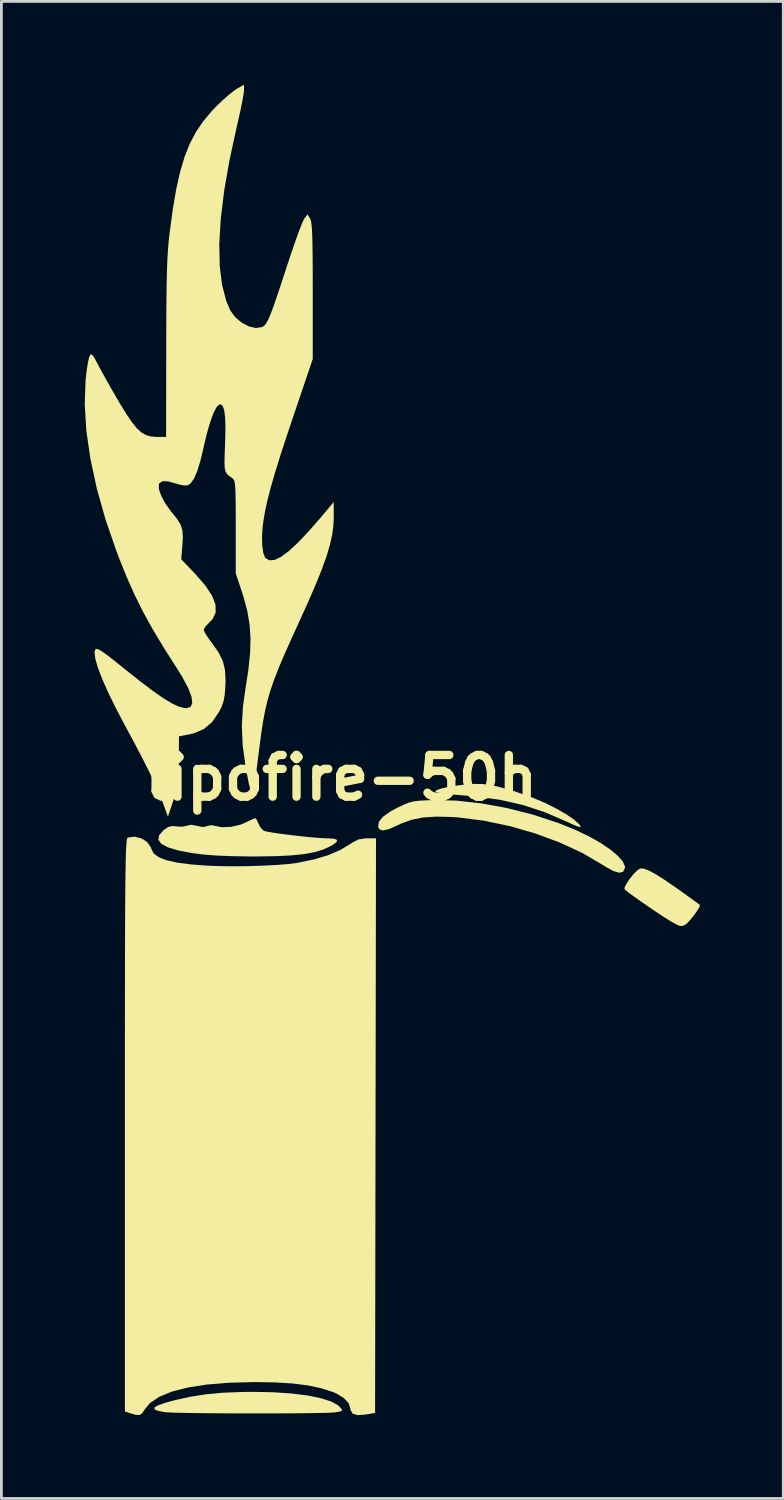
<source format=kicad_pcb>
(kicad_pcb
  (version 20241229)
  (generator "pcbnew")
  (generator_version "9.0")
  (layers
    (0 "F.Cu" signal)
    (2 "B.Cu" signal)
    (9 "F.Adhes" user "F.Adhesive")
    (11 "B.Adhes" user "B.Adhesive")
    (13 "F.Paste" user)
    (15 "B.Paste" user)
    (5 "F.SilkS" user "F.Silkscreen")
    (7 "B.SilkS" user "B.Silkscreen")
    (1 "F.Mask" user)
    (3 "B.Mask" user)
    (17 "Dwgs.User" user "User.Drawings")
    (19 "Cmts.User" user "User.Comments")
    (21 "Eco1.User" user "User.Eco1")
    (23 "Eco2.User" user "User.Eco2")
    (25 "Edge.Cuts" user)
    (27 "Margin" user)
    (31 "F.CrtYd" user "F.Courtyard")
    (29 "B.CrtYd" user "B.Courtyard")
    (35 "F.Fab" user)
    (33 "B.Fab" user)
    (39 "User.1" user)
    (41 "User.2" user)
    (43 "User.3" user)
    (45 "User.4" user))
  (footprint "lipofire-50h"
    (layer "F.Cu")
    (at 9.23 24.947)
    (property "Reference" "lipofire-50h" (at 0 0 0) (layer "F.SilkS") (effects (font (size 1.5 1.5) (thickness 0.3))))
    (attr board_only exclude_from_pos_files exclude_from_bom)
    (fp_poly (pts (xy 5.107 0.224) (xy 5.611 0.308) (xy 6.203 0.471) (xy 6.89 0.715) (xy 6.981 0.751) (xy 7.379 0.923) (xy 7.764 1.117) (xy 8.109 1.317) (xy 8.386 1.507) (xy 8.566 1.67) (xy 8.571 1.675) (xy 8.62 1.752) (xy 8.591 1.773) (xy 8.471 1.737) (xy 8.25 1.64) (xy 8.115 1.576) (xy 7.318 1.233) (xy 6.527 0.974) (xy 5.704 0.789) (xy 4.811 0.668) (xy 4.459 0.638) (xy 4.066 0.605) (xy 3.746 0.57) (xy 3.519 0.534) (xy 3.399 0.502) (xy 3.385 0.49) (xy 3.433 0.443) (xy 3.589 0.389) (xy 3.831 0.334) (xy 4.136 0.282) (xy 4.481 0.237) (xy 4.685 0.218)) (stroke (width 0) (type solid)) (fill yes) (layer "F.SilkS"))
    (fp_poly (pts (xy 10.878 3.265) (xy 11.059 3.33) (xy 11.311 3.464) (xy 11.641 3.672) (xy 12.06 3.96) (xy 12.195 4.056) (xy 12.456 4.243) (xy 12.676 4.402) (xy 12.835 4.518) (xy 12.91 4.576) (xy 12.913 4.578) (xy 12.897 4.646) (xy 12.818 4.78) (xy 12.701 4.945) (xy 12.569 5.11) (xy 12.448 5.24) (xy 12.364 5.304) (xy 12.276 5.332) (xy 12.196 5.332) (xy 12.09 5.291) (xy 11.925 5.2) (xy 11.772 5.108) (xy 11.587 4.991) (xy 11.34 4.828) (xy 11.062 4.638) (xy 10.779 4.443) (xy 10.523 4.261) (xy 10.319 4.112) (xy 10.201 4.018) (xy 10.204 3.942) (xy 10.275 3.803) (xy 10.389 3.634) (xy 10.524 3.466) (xy 10.655 3.332) (xy 10.756 3.265)) (stroke (width 0) (type solid)) (fill yes) (layer "F.SilkS"))
    (fp_poly (pts (xy -2.423 22.117) (xy -1.78 22.161) (xy -1.217 22.231) (xy -0.744 22.327) (xy -0.374 22.444) (xy -0.118 22.582) (xy -0.042 22.653) (xy 0.028 22.741) (xy 0.022 22.788) (xy -0.081 22.818) (xy -0.207 22.839) (xy -0.343 22.849) (xy -0.594 22.858) (xy -0.942 22.865) (xy -1.369 22.871) (xy -1.859 22.875) (xy -2.393 22.877) (xy -2.955 22.878) (xy -3.527 22.878) (xy -4.091 22.876) (xy -4.63 22.872) (xy -5.127 22.867) (xy -5.564 22.861) (xy -5.924 22.853) (xy -6.189 22.843) (xy -6.341 22.833) (xy -6.347 22.832) (xy -6.597 22.785) (xy -6.721 22.729) (xy -6.719 22.663) (xy -6.59 22.585) (xy -6.332 22.495) (xy -6 22.404) (xy -5.434 22.278) (xy -4.864 22.189) (xy -4.254 22.133) (xy -3.569 22.106) (xy -3.134 22.102)) (stroke (width 0) (type solid)) (fill yes) (layer "F.SilkS"))
    (fp_poly (pts (xy 4.14 0.82) (xy 5.036 0.918) (xy 5.968 1.088) (xy 6.901 1.325) (xy 7.803 1.621) (xy 8.434 1.875) (xy 8.907 2.101) (xy 9.327 2.338) (xy 9.682 2.577) (xy 9.957 2.806) (xy 10.14 3.015) (xy 10.215 3.194) (xy 10.215 3.243) (xy 10.151 3.38) (xy 10.012 3.417) (xy 9.794 3.353) (xy 9.495 3.188) (xy 9.401 3.128) (xy 8.686 2.708) (xy 7.872 2.33) (xy 6.989 2.004) (xy 6.068 1.738) (xy 5.137 1.543) (xy 4.227 1.427) (xy 3.958 1.409) (xy 3.405 1.397) (xy 2.944 1.428) (xy 2.545 1.508) (xy 2.172 1.641) (xy 2.003 1.721) (xy 1.705 1.852) (xy 1.497 1.895) (xy 1.373 1.85) (xy 1.331 1.761) (xy 1.355 1.586) (xy 1.498 1.406) (xy 1.764 1.217) (xy 2.024 1.076) (xy 2.25 0.968) (xy 2.431 0.895) (xy 2.605 0.85) (xy 2.812 0.824) (xy 3.089 0.809) (xy 3.31 0.801)) (stroke (width 0) (type solid)) (fill yes) (layer "F.SilkS"))
    (fp_poly (pts (xy -3.041 1.507) (xy -2.982 1.64) (xy -2.98 1.644) (xy -2.891 1.806) (xy -2.785 1.906) (xy -2.678 1.935) (xy -2.467 1.972) (xy -2.181 2.014) (xy -1.845 2.057) (xy -1.489 2.098) (xy -1.14 2.134) (xy -0.825 2.161) (xy -0.572 2.176) (xy -0.48 2.178) (xy -0.248 2.193) (xy -0.145 2.238) (xy -0.169 2.315) (xy -0.321 2.425) (xy -0.396 2.468) (xy -0.657 2.585) (xy -0.967 2.677) (xy -1.344 2.746) (xy -1.801 2.793) (xy -2.354 2.82) (xy -3.018 2.83) (xy -3.266 2.83) (xy -3.936 2.82) (xy -4.497 2.797) (xy -4.974 2.76) (xy -5.388 2.707) (xy -5.39 2.706) (xy -5.883 2.61) (xy -6.245 2.499) (xy -6.477 2.372) (xy -6.58 2.229) (xy -6.554 2.069) (xy -6.4 1.891) (xy -6.393 1.885) (xy -6.228 1.769) (xy -6.077 1.734) (xy -5.933 1.749) (xy -5.735 1.76) (xy -5.574 1.731) (xy -5.557 1.723) (xy -5.389 1.69) (xy -5.184 1.731) (xy -4.965 1.772) (xy -4.827 1.738) (xy -4.675 1.703) (xy -4.585 1.72) (xy -4.299 1.778) (xy -3.96 1.764) (xy -3.622 1.685) (xy -3.458 1.617) (xy -3.272 1.526) (xy -3.135 1.466) (xy -3.091 1.452)) (stroke (width 0) (type solid)) (fill yes) (layer "F.SilkS"))
    (fp_poly (pts (xy -7.193 2.178) (xy -6.982 2.312) (xy -6.849 2.501) (xy -6.831 2.559) (xy -6.747 2.722) (xy -6.569 2.857) (xy -6.288 2.967) (xy -5.898 3.054) (xy -5.39 3.119) (xy -4.811 3.162) (xy -4.365 3.179) (xy -3.863 3.184) (xy -3.336 3.178) (xy -2.815 3.162) (xy -2.332 3.137) (xy -1.918 3.104) (xy -1.603 3.065) (xy -1.597 3.064) (xy -0.977 2.936) (xy -0.461 2.783) (xy -0.025 2.594) (xy 0.36 2.36) (xy 0.389 2.339) (xy 0.618 2.219) (xy 0.888 2.178) (xy 0.934 2.177) (xy 1.254 2.177) (xy 1.237 12.519) (xy 1.221 22.86) (xy 0.875 22.919) (xy 0.592 22.939) (xy 0.413 22.885) (xy 0.335 22.754) (xy 0.33 22.696) (xy 0.268 22.51) (xy 0.097 22.326) (xy -0.161 22.166) (xy -0.303 22.105) (xy -0.729 21.969) (xy -1.201 21.869) (xy -1.74 21.801) (xy -2.365 21.762) (xy -3.098 21.75) (xy -3.134 21.75) (xy -4.04 21.774) (xy -4.837 21.839) (xy -5.523 21.946) (xy -6.094 22.092) (xy -6.548 22.279) (xy -6.88 22.504) (xy -7.068 22.729) (xy -7.165 22.875) (xy -7.258 22.937) (xy -7.393 22.929) (xy -7.571 22.877) (xy -7.785 22.808) (xy -7.785 12.5) (xy -7.785 11.128) (xy -7.785 9.883) (xy -7.784 8.757) (xy -7.783 7.745) (xy -7.782 6.842) (xy -7.78 6.04) (xy -7.778 5.334) (xy -7.775 4.718) (xy -7.771 4.186) (xy -7.767 3.731) (xy -7.762 3.349) (xy -7.756 3.032) (xy -7.75 2.776) (xy -7.742 2.573) (xy -7.733 2.418) (xy -7.724 2.305) (xy -7.713 2.227) (xy -7.701 2.18) (xy -7.688 2.156) (xy -7.681 2.151) (xy -7.439 2.118)) (stroke (width 0) (type solid)) (fill yes) (layer "F.SilkS"))
    (fp_poly (pts (xy -3.497 -24.743) (xy -3.512 -24.612) (xy -3.553 -24.379) (xy -3.615 -24.07) (xy -3.694 -23.711) (xy -3.758 -23.436) (xy -4.019 -22.233) (xy -4.211 -21.128) (xy -4.334 -20.123) (xy -4.387 -19.22) (xy -4.371 -18.422) (xy -4.285 -17.73) (xy -4.13 -17.146) (xy -3.99 -16.823) (xy -3.816 -16.583) (xy -3.584 -16.386) (xy -3.324 -16.25) (xy -3.07 -16.19) (xy -2.851 -16.223) (xy -2.83 -16.233) (xy -2.77 -16.275) (xy -2.711 -16.342) (xy -2.648 -16.449) (xy -2.575 -16.607) (xy -2.487 -16.83) (xy -2.379 -17.132) (xy -2.246 -17.524) (xy -2.082 -18.02) (xy -1.951 -18.421) (xy -1.806 -18.86) (xy -1.667 -19.264) (xy -1.542 -19.612) (xy -1.437 -19.887) (xy -1.359 -20.069) (xy -1.324 -20.133) (xy -1.206 -20.279) (xy -1.114 -20.118) (xy -1.089 -20.051) (xy -1.069 -19.937) (xy -1.053 -19.764) (xy -1.041 -19.52) (xy -1.033 -19.193) (xy -1.027 -18.772) (xy -1.024 -18.244) (xy -1.023 -17.597) (xy -1.023 -17.516) (xy -1.023 -15.075) (xy -1.727 -12.997) (xy -1.992 -12.207) (xy -2.213 -11.526) (xy -2.394 -10.94) (xy -2.539 -10.434) (xy -2.652 -9.996) (xy -2.736 -9.61) (xy -2.796 -9.263) (xy -2.824 -9.05) (xy -2.849 -8.694) (xy -2.842 -8.369) (xy -2.805 -8.105) (xy -2.742 -7.933) (xy -2.72 -7.905) (xy -2.578 -7.828) (xy -2.395 -7.843) (xy -2.165 -7.953) (xy -1.885 -8.162) (xy -1.55 -8.472) (xy -1.157 -8.887) (xy -0.701 -9.411) (xy -0.514 -9.634) (xy -0.27 -9.929) (xy -0.267 -9.4) (xy -0.279 -9.085) (xy -0.323 -8.753) (xy -0.403 -8.391) (xy -0.524 -7.983) (xy -0.691 -7.517) (xy -0.908 -6.977) (xy -1.179 -6.349) (xy -1.485 -5.674) (xy -1.786 -5.015) (xy -2.036 -4.455) (xy -2.241 -3.974) (xy -2.407 -3.549) (xy -2.541 -3.163) (xy -2.649 -2.793) (xy -2.737 -2.42) (xy -2.812 -2.023) (xy -2.879 -1.582) (xy -2.946 -1.077) (xy -2.973 -0.86) (xy -3.038 -0.341) (xy -3.092 0.05) (xy -3.14 0.316) (xy -3.183 0.461) (xy -3.226 0.488) (xy -3.272 0.401) (xy -3.324 0.202) (xy -3.385 -0.105) (xy -3.438 -0.396) (xy -3.544 -1.157) (xy -3.576 -1.866) (xy -3.534 -2.58) (xy -3.446 -3.2) (xy -3.339 -3.896) (xy -3.278 -4.495) (xy -3.263 -5.027) (xy -3.297 -5.52) (xy -3.379 -6.001) (xy -3.511 -6.5) (xy -3.582 -6.721) (xy -3.794 -7.356) (xy -3.794 -9.028) (xy -3.795 -9.541) (xy -3.797 -9.939) (xy -3.803 -10.236) (xy -3.812 -10.449) (xy -3.826 -10.595) (xy -3.847 -10.688) (xy -3.876 -10.745) (xy -3.914 -10.781) (xy -3.926 -10.79) (xy -4.037 -10.869) (xy -4.115 -10.942) (xy -4.165 -11.032) (xy -4.192 -11.162) (xy -4.2 -11.355) (xy -4.194 -11.634) (xy -4.179 -12.02) (xy -4.178 -12.037) (xy -4.165 -12.56) (xy -4.176 -12.958) (xy -4.211 -13.236) (xy -4.27 -13.397) (xy -4.355 -13.446) (xy -4.38 -13.442) (xy -4.479 -13.351) (xy -4.589 -13.143) (xy -4.706 -12.83) (xy -4.825 -12.427) (xy -4.94 -11.946) (xy -4.946 -11.917) (xy -5.067 -11.409) (xy -5.185 -11.024) (xy -5.305 -10.754) (xy -5.43 -10.588) (xy -5.534 -10.525) (xy -5.666 -10.524) (xy -5.858 -10.563) (xy -5.935 -10.588) (xy -6.232 -10.671) (xy -6.431 -10.676) (xy -6.544 -10.602) (xy -6.564 -10.558) (xy -6.56 -10.39) (xy -6.48 -10.157) (xy -6.338 -9.89) (xy -6.147 -9.619) (xy -6.109 -9.572) (xy -5.902 -9.313) (xy -5.775 -9.103) (xy -5.712 -8.898) (xy -5.698 -8.655) (xy -5.714 -8.387) (xy -5.757 -7.868) (xy -5.254 -7.341) (xy -4.891 -6.924) (xy -4.648 -6.556) (xy -4.523 -6.233) (xy -4.517 -5.954) (xy -4.627 -5.713) (xy -4.752 -5.583) (xy -4.879 -5.454) (xy -4.945 -5.344) (xy -4.948 -5.327) (xy -4.91 -5.232) (xy -4.809 -5.069) (xy -4.667 -4.873) (xy -4.656 -4.859) (xy -4.413 -4.514) (xy -4.26 -4.204) (xy -4.181 -3.88) (xy -4.162 -3.496) (xy -4.168 -3.317) (xy -4.19 -3.001) (xy -4.23 -2.768) (xy -4.297 -2.569) (xy -4.391 -2.38) (xy -4.643 -2.011) (xy -4.942 -1.755) (xy -5.309 -1.6) (xy -5.45 -1.567) (xy -5.839 -1.493) (xy -5.843 -0.631) (xy -5.847 -0.255) (xy -5.861 0.029) (xy -5.889 0.261) (xy -5.937 0.479) (xy -6.011 0.724) (xy -6.04 0.814) (xy -6.235 1.396) (xy -6.425 0.88) (xy -6.558 0.543) (xy -6.729 0.159) (xy -6.944 -0.288) (xy -7.209 -0.81) (xy -7.533 -1.422) (xy -7.764 -1.85) (xy -8.098 -2.485) (xy -8.378 -3.054) (xy -8.598 -3.55) (xy -8.757 -3.964) (xy -8.851 -4.289) (xy -8.876 -4.517) (xy -8.862 -4.592) (xy -8.834 -4.633) (xy -8.785 -4.641) (xy -8.701 -4.607) (xy -8.569 -4.523) (xy -8.376 -4.381) (xy -8.108 -4.171) (xy -7.753 -3.886) (xy -7.729 -3.867) (xy -7.202 -3.449) (xy -6.761 -3.116) (xy -6.395 -2.862) (xy -6.096 -2.681) (xy -5.853 -2.567) (xy -5.657 -2.513) (xy -5.575 -2.507) (xy -5.42 -2.553) (xy -5.358 -2.691) (xy -5.387 -2.918) (xy -5.507 -3.231) (xy -5.718 -3.628) (xy -5.947 -3.996) (xy -6.406 -4.718) (xy -6.797 -5.37) (xy -7.135 -5.984) (xy -7.436 -6.59) (xy -7.717 -7.221) (xy -7.993 -7.907) (xy -8.088 -8.156) (xy -8.483 -9.302) (xy -8.797 -10.416) (xy -9.027 -11.488) (xy -9.173 -12.504) (xy -9.23 -13.454) (xy -9.199 -14.325) (xy -9.165 -14.625) (xy -9.115 -14.951) (xy -9.068 -15.155) (xy -9.018 -15.243) (xy -8.957 -15.224) (xy -8.876 -15.106) (xy -8.815 -14.991) (xy -8.709 -14.789) (xy -8.559 -14.515) (xy -8.389 -14.21) (xy -8.274 -14.006) (xy -7.983 -13.505) (xy -7.741 -13.11) (xy -7.537 -12.808) (xy -7.358 -12.586) (xy -7.194 -12.434) (xy -7.033 -12.339) (xy -6.864 -12.289) (xy -6.674 -12.272) (xy -6.623 -12.271) (xy -6.301 -12.271) (xy -6.297 -15.454) (xy -6.295 -16.24) (xy -6.292 -16.909) (xy -6.286 -17.475) (xy -6.278 -17.953) (xy -6.267 -18.357) (xy -6.253 -18.703) (xy -6.234 -19.005) (xy -6.212 -19.277) (xy -6.185 -19.534) (xy -6.177 -19.594) (xy -6.064 -20.441) (xy -5.94 -21.172) (xy -5.8 -21.802) (xy -5.638 -22.348) (xy -5.449 -22.825) (xy -5.226 -23.248) (xy -4.964 -23.634) (xy -4.658 -23.999) (xy -4.509 -24.154) (xy -4.273 -24.382) (xy -4.041 -24.587) (xy -3.844 -24.742) (xy -3.754 -24.802) (xy -3.497 -24.947)) (stroke (width 0) (type solid)) (fill yes) (layer "F.SilkS")))
  (gr_rect
    (start -3 -3)
    (end 25.143 50.886)
    (stroke (width 0.1) (type default))
    (fill no)
    (layer "Edge.Cuts")))
</source>
